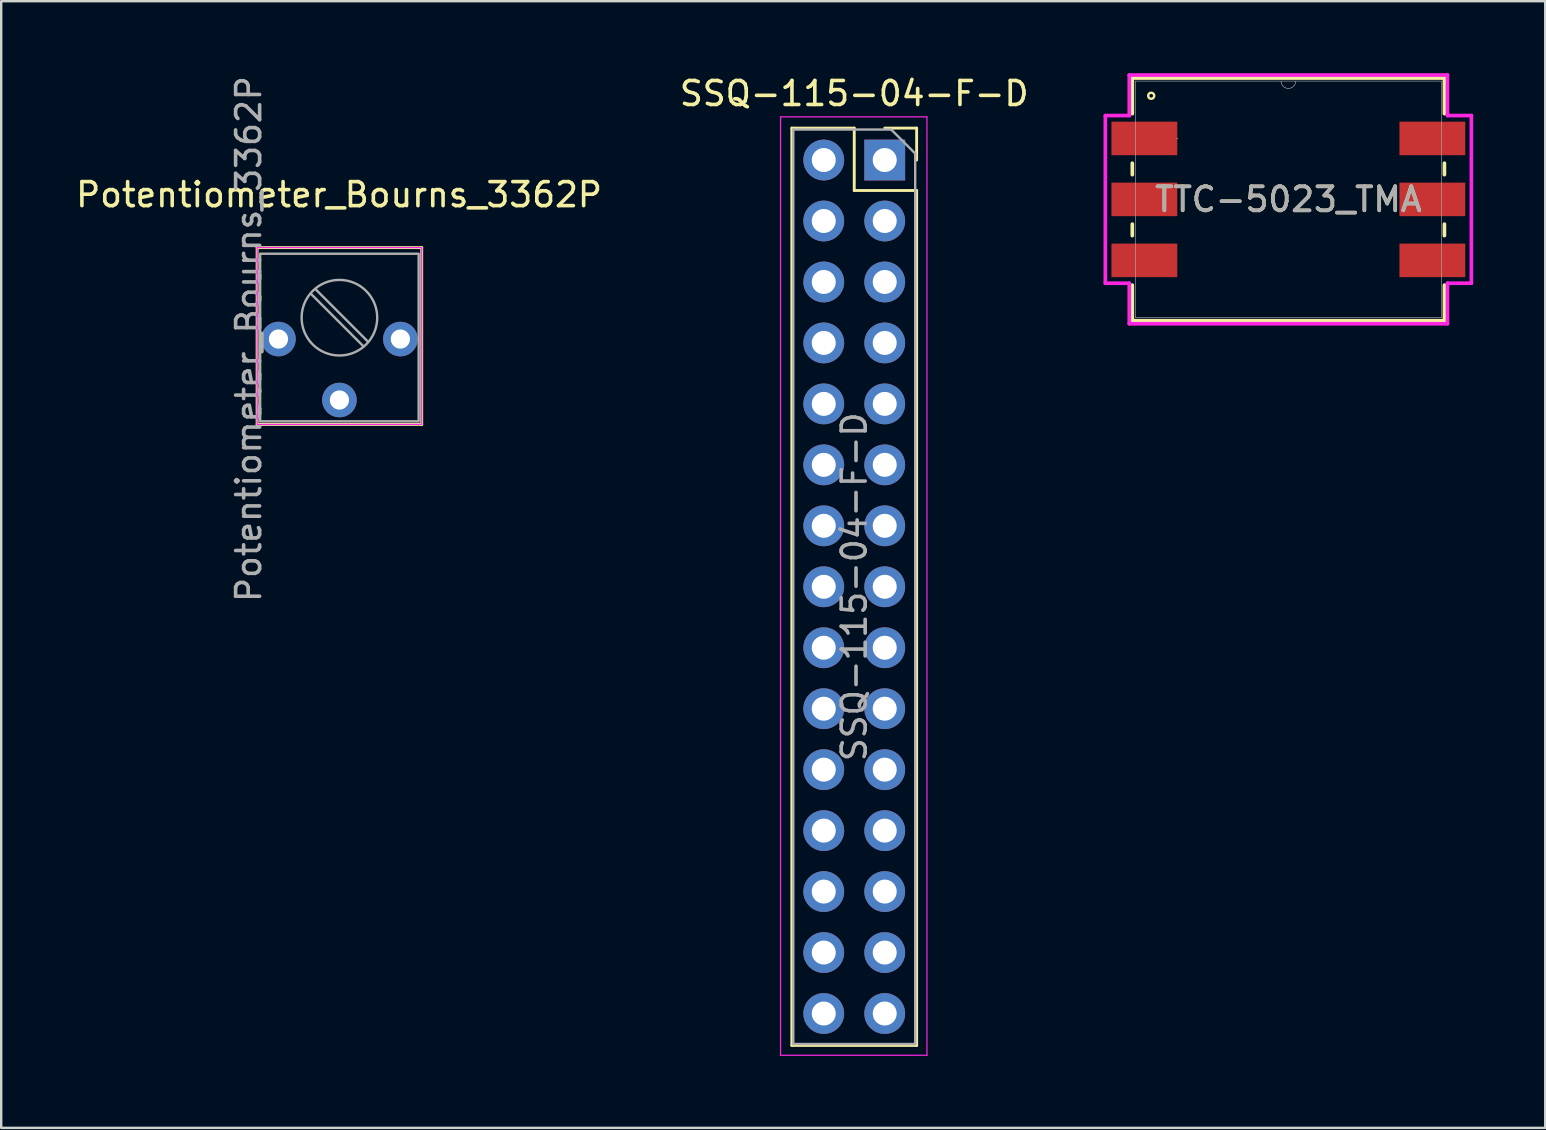
<source format=kicad_pcb>
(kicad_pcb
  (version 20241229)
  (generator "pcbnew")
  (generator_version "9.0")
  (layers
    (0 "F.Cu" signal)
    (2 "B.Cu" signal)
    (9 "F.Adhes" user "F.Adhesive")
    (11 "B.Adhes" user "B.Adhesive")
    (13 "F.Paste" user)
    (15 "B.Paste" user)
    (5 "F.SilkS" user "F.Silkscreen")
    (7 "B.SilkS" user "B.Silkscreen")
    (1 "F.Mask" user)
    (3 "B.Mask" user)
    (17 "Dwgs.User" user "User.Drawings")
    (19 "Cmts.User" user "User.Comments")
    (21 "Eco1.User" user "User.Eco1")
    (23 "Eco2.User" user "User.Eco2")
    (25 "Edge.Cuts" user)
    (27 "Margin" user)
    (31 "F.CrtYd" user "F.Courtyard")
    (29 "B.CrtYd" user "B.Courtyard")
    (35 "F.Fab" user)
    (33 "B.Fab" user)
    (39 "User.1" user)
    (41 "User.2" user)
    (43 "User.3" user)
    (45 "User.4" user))
  (footprint "SSQ-115-04-F-D"
    (layer "F.Cu")
    (at 33.812 3.618)
    (property "Reference" "SSQ-115-04-F-D" (at -1.27 -2.77 0) (layer "F.SilkS") (effects (font (size 1 1) (thickness 0.15))))
    (attr through_hole)
    (fp_line (start -3.87 -1.33) (end -3.87 36.89) (stroke (width 0.12) (type solid)) (layer "F.SilkS"))
    (fp_line (start -3.87 -1.33) (end -1.27 -1.33) (stroke (width 0.12) (type solid)) (layer "F.SilkS"))
    (fp_line (start -3.87 36.89) (end 1.33 36.89) (stroke (width 0.12) (type solid)) (layer "F.SilkS"))
    (fp_line (start -1.27 -1.33) (end -1.27 1.27) (stroke (width 0.12) (type solid)) (layer "F.SilkS"))
    (fp_line (start -1.27 1.27) (end 1.33 1.27) (stroke (width 0.12) (type solid)) (layer "F.SilkS"))
    (fp_line (start 0 -1.33) (end 1.33 -1.33) (stroke (width 0.12) (type solid)) (layer "F.SilkS"))
    (fp_line (start 1.33 -1.33) (end 1.33 0) (stroke (width 0.12) (type solid)) (layer "F.SilkS"))
    (fp_line (start 1.33 1.27) (end 1.33 36.89) (stroke (width 0.12) (type solid)) (layer "F.SilkS"))
    (fp_line (start -4.34 -1.8) (end 1.76 -1.8) (stroke (width 0.05) (type solid)) (layer "F.CrtYd"))
    (fp_line (start -4.34 37.3) (end -4.34 -1.8) (stroke (width 0.05) (type solid)) (layer "F.CrtYd"))
    (fp_line (start 1.76 -1.8) (end 1.76 37.3) (stroke (width 0.05) (type solid)) (layer "F.CrtYd"))
    (fp_line (start 1.76 37.3) (end -4.34 37.3) (stroke (width 0.05) (type solid)) (layer "F.CrtYd"))
    (fp_line (start -3.81 -1.27) (end 0.27 -1.27) (stroke (width 0.1) (type solid)) (layer "F.Fab"))
    (fp_line (start -3.81 36.83) (end -3.81 -1.27) (stroke (width 0.1) (type solid)) (layer "F.Fab"))
    (fp_line (start 0.27 -1.27) (end 1.27 -0.27) (stroke (width 0.1) (type solid)) (layer "F.Fab"))
    (fp_line (start 1.27 -0.27) (end 1.27 36.83) (stroke (width 0.1) (type solid)) (layer "F.Fab"))
    (fp_line (start 1.27 36.83) (end -3.81 36.83) (stroke (width 0.1) (type solid)) (layer "F.Fab"))
    (fp_text user "${REFERENCE}" (at -1.27 17.78 90) (layer "F.Fab") (effects (font (size 1 1) (thickness 0.15))))
    (pad "1" thru_hole circle (at -2.54 0) (size 1.7 1.7) (drill 1) (layers "*.Cu" "*.Mask"))
    (pad "2" thru_hole rect (at 0 0) (size 1.7 1.7) (drill 1) (layers "*.Cu" "*.Mask"))
    (pad "3" thru_hole circle (at -2.54 2.54) (size 1.7 1.7) (drill 1) (layers "*.Cu" "*.Mask"))
    (pad "4" thru_hole circle (at 0 2.54) (size 1.7 1.7) (drill 1) (layers "*.Cu" "*.Mask"))
    (pad "5" thru_hole circle (at -2.54 5.08) (size 1.7 1.7) (drill 1) (layers "*.Cu" "*.Mask"))
    (pad "6" thru_hole circle (at 0 5.08) (size 1.7 1.7) (drill 1) (layers "*.Cu" "*.Mask"))
    (pad "7" thru_hole circle (at -2.54 7.62) (size 1.7 1.7) (drill 1) (layers "*.Cu" "*.Mask"))
    (pad "8" thru_hole circle (at 0 7.62) (size 1.7 1.7) (drill 1) (layers "*.Cu" "*.Mask"))
    (pad "9" thru_hole circle (at -2.54 10.16) (size 1.7 1.7) (drill 1) (layers "*.Cu" "*.Mask"))
    (pad "10" thru_hole circle (at 0 10.16) (size 1.7 1.7) (drill 1) (layers "*.Cu" "*.Mask"))
    (pad "11" thru_hole circle (at -2.54 12.7) (size 1.7 1.7) (drill 1) (layers "*.Cu" "*.Mask"))
    (pad "12" thru_hole circle (at 0 12.7) (size 1.7 1.7) (drill 1) (layers "*.Cu" "*.Mask"))
    (pad "13" thru_hole circle (at -2.54 15.24) (size 1.7 1.7) (drill 1) (layers "*.Cu" "*.Mask"))
    (pad "14" thru_hole circle (at 0 15.24) (size 1.7 1.7) (drill 1) (layers "*.Cu" "*.Mask"))
    (pad "15" thru_hole circle (at -2.54 17.78) (size 1.7 1.7) (drill 1) (layers "*.Cu" "*.Mask"))
    (pad "16" thru_hole circle (at 0 17.78) (size 1.7 1.7) (drill 1) (layers "*.Cu" "*.Mask"))
    (pad "17" thru_hole circle (at -2.54 20.32) (size 1.7 1.7) (drill 1) (layers "*.Cu" "*.Mask"))
    (pad "18" thru_hole circle (at 0 20.32) (size 1.7 1.7) (drill 1) (layers "*.Cu" "*.Mask"))
    (pad "19" thru_hole circle (at -2.54 22.86) (size 1.7 1.7) (drill 1) (layers "*.Cu" "*.Mask"))
    (pad "20" thru_hole circle (at 0 22.86) (size 1.7 1.7) (drill 1) (layers "*.Cu" "*.Mask"))
    (pad "21" thru_hole circle (at -2.54 25.4) (size 1.7 1.7) (drill 1) (layers "*.Cu" "*.Mask"))
    (pad "22" thru_hole circle (at 0 25.4) (size 1.7 1.7) (drill 1) (layers "*.Cu" "*.Mask"))
    (pad "23" thru_hole circle (at -2.54 27.94) (size 1.7 1.7) (drill 1) (layers "*.Cu" "*.Mask"))
    (pad "24" thru_hole circle (at 0 27.94) (size 1.7 1.7) (drill 1) (layers "*.Cu" "*.Mask"))
    (pad "25" thru_hole circle (at -2.54 30.48) (size 1.7 1.7) (drill 1) (layers "*.Cu" "*.Mask"))
    (pad "26" thru_hole circle (at 0 30.48) (size 1.7 1.7) (drill 1) (layers "*.Cu" "*.Mask"))
    (pad "27" thru_hole circle (at -2.54 33.02) (size 1.7 1.7) (drill 1) (layers "*.Cu" "*.Mask"))
    (pad "28" thru_hole circle (at 0 33.02) (size 1.7 1.7) (drill 1) (layers "*.Cu" "*.Mask"))
    (pad "29" thru_hole circle (at -2.54 35.56) (size 1.7 1.7) (drill 1) (layers "*.Cu" "*.Mask"))
    (pad "30" thru_hole circle (at 0 35.56) (size 1.7 1.7) (drill 1) (layers "*.Cu" "*.Mask")))
  (footprint "TTC-5023_TMA"
    (layer "F.Cu")
    (at 50.63 5.258)
    (property "Reference" "TTC-5023_TMA" (at 0 0 0) (unlocked yes) (layer "F.SilkS") (effects (font (size 1 1) (thickness 0.15))))
    (attr smd)
    (fp_line (start -6.502 -5.055) (end -6.502 -3.571) (stroke (width 0.152) (type solid)) (layer "F.SilkS"))
    (fp_line (start -6.502 -1.509) (end -6.502 -1.031) (stroke (width 0.152) (type solid)) (layer "F.SilkS"))
    (fp_line (start -6.502 1.031) (end -6.502 1.509) (stroke (width 0.152) (type solid)) (layer "F.SilkS"))
    (fp_line (start -6.502 3.571) (end -6.502 5.055) (stroke (width 0.152) (type solid)) (layer "F.SilkS"))
    (fp_line (start -6.502 5.055) (end 6.502 5.055) (stroke (width 0.152) (type solid)) (layer "F.SilkS"))
    (fp_line (start 6.502 -5.055) (end -6.502 -5.055) (stroke (width 0.152) (type solid)) (layer "F.SilkS"))
    (fp_line (start 6.502 -3.571) (end 6.502 -5.055) (stroke (width 0.152) (type solid)) (layer "F.SilkS"))
    (fp_line (start 6.502 -1.031) (end 6.502 -1.509) (stroke (width 0.152) (type solid)) (layer "F.SilkS"))
    (fp_line (start 6.502 1.509) (end 6.502 1.031) (stroke (width 0.152) (type solid)) (layer "F.SilkS"))
    (fp_line (start 6.502 5.055) (end 6.502 3.571) (stroke (width 0.152) (type solid)) (layer "F.SilkS"))
    (fp_circle (center -5.715 -4.318) (end -5.588 -4.318) (stroke (width 0.1) (type default)) (fill no) (layer "F.SilkS"))
    (fp_line (start -7.626 -3.493) (end -6.629 -3.493) (stroke (width 0.152) (type solid)) (layer "F.CrtYd"))
    (fp_line (start -7.626 3.493) (end -7.626 -3.493) (stroke (width 0.152) (type solid)) (layer "F.CrtYd"))
    (fp_line (start -7.626 3.493) (end -6.629 3.493) (stroke (width 0.152) (type solid)) (layer "F.CrtYd"))
    (fp_line (start -6.629 -5.182) (end 6.629 -5.182) (stroke (width 0.152) (type solid)) (layer "F.CrtYd"))
    (fp_line (start -6.629 -3.493) (end -6.629 -5.182) (stroke (width 0.152) (type solid)) (layer "F.CrtYd"))
    (fp_line (start -6.629 5.182) (end -6.629 3.493) (stroke (width 0.152) (type solid)) (layer "F.CrtYd"))
    (fp_line (start 6.629 -5.182) (end 6.629 -3.493) (stroke (width 0.152) (type solid)) (layer "F.CrtYd"))
    (fp_line (start 6.629 3.493) (end 6.629 5.182) (stroke (width 0.152) (type solid)) (layer "F.CrtYd"))
    (fp_line (start 6.629 5.182) (end -6.629 5.182) (stroke (width 0.152) (type solid)) (layer "F.CrtYd"))
    (fp_line (start 7.626 -3.493) (end 6.629 -3.493) (stroke (width 0.152) (type solid)) (layer "F.CrtYd"))
    (fp_line (start 7.626 -3.493) (end 7.626 3.493) (stroke (width 0.152) (type solid)) (layer "F.CrtYd"))
    (fp_line (start 7.626 3.493) (end 6.629 3.493) (stroke (width 0.152) (type solid)) (layer "F.CrtYd"))
    (fp_line (start -6.375 -4.928) (end -6.375 4.928) (stroke (width 0.025) (type solid)) (layer "F.Fab"))
    (fp_line (start -6.375 4.928) (end 6.375 4.928) (stroke (width 0.025) (type solid)) (layer "F.Fab"))
    (fp_line (start 6.375 -4.928) (end -6.375 -4.928) (stroke (width 0.025) (type solid)) (layer "F.Fab"))
    (fp_line (start 6.375 4.928) (end 6.375 -4.928) (stroke (width 0.025) (type solid)) (layer "F.Fab"))
    (fp_arc (start 0.3048 -4.9276) (mid 0 -4.6228) (end -0.3048 -4.9276) (stroke (width 0.0254) (type solid)) (layer "F.Fab"))
    (fp_circle (center -4.628 -2.54) (end -4.628 -2.54) (stroke (width 0.025) (type solid)) (fill no) (layer "F.Fab"))
    (fp_text user "${REFERENCE}" (at 0 0 0) (unlocked yes) (layer "F.Fab") (effects (font (size 1 1) (thickness 0.15))))
    (pad "1" smd rect (at -6 -2.54) (size 2.743 1.397) (layers "F.Cu" "F.Mask" "F.Paste"))
    (pad "2" smd rect (at -6 0) (size 2.743 1.397) (layers "F.Cu" "F.Mask" "F.Paste"))
    (pad "3" smd rect (at -6 2.54) (size 2.743 1.397) (layers "F.Cu" "F.Mask" "F.Paste"))
    (pad "4" smd rect (at 6 2.54) (size 2.743 1.397) (layers "F.Cu" "F.Mask" "F.Paste"))
    (pad "5" smd rect (at 6 0) (size 2.743 1.397) (layers "F.Cu" "F.Mask" "F.Paste"))
    (pad "6" smd rect (at 6 -2.54) (size 2.743 1.397) (layers "F.Cu" "F.Mask" "F.Paste")))
  (footprint "Potentiometer_Bourns_3362P"
    (layer "F.Cu")
    (at 11.092 13.617)
    (property "Reference" "Potentiometer_Bourns_3362P" (at -0.015 -8.555 0) (layer "F.SilkS") (effects (font (size 1 1) (thickness 0.15))))
    (attr through_hole)
    (fp_line (start -3.429 -6.35) (end -3.429 1.016) (stroke (width 0.12) (type solid)) (layer "F.SilkS"))
    (fp_line (start 3.429 -6.35) (end -3.429 -6.35) (stroke (width 0.12) (type solid)) (layer "F.SilkS"))
    (fp_line (start 3.429 -6.35) (end 3.429 1.016) (stroke (width 0.12) (type solid)) (layer "F.SilkS"))
    (fp_line (start 3.429 1.016) (end -3.429 1.016) (stroke (width 0.12) (type solid)) (layer "F.SilkS"))
    (fp_rect (start -3.429 -6.35) (end 3.429 1.016) (stroke (width 0.05) (type solid)) (fill no) (layer "F.CrtYd"))
    (fp_line (start 1.002 -2.236) (end -1.194 -4.432) (stroke (width 0.1) (type solid)) (layer "F.Fab"))
    (fp_line (start 1.194 -2.428) (end -1.002 -4.624) (stroke (width 0.1) (type solid)) (layer "F.Fab"))
    (fp_rect (start -3.302 -6.096) (end 3.302 0.889) (stroke (width 0.1) (type solid)) (fill no) (layer "F.Fab"))
    (fp_circle (center 0 -3.43) (end 0 -1.855) (stroke (width 0.1) (type solid)) (fill no) (layer "F.Fab"))
    (fp_text user "${REFERENCE}" (at -3.78 -2.54 90) (layer "F.Fab") (effects (font (size 1 1) (thickness 0.15))))
    (pad "1" thru_hole circle (at -2.54 -2.54 270) (size 1.44 1.44) (drill 0.8) (layers "*.Cu" "*.Mask"))
    (pad "2" thru_hole circle (at 0 0 270) (size 1.44 1.44) (drill 0.8) (layers "*.Cu" "*.Mask"))
    (pad "3" thru_hole circle (at 2.54 -2.54 270) (size 1.44 1.44) (drill 0.8) (layers "*.Cu" "*.Mask")))
  (gr_rect
    (start -3 -3)
    (end 61.332 43.943)
    (stroke (width 0.1) (type default))
    (fill no)
    (layer "Edge.Cuts")))
</source>
